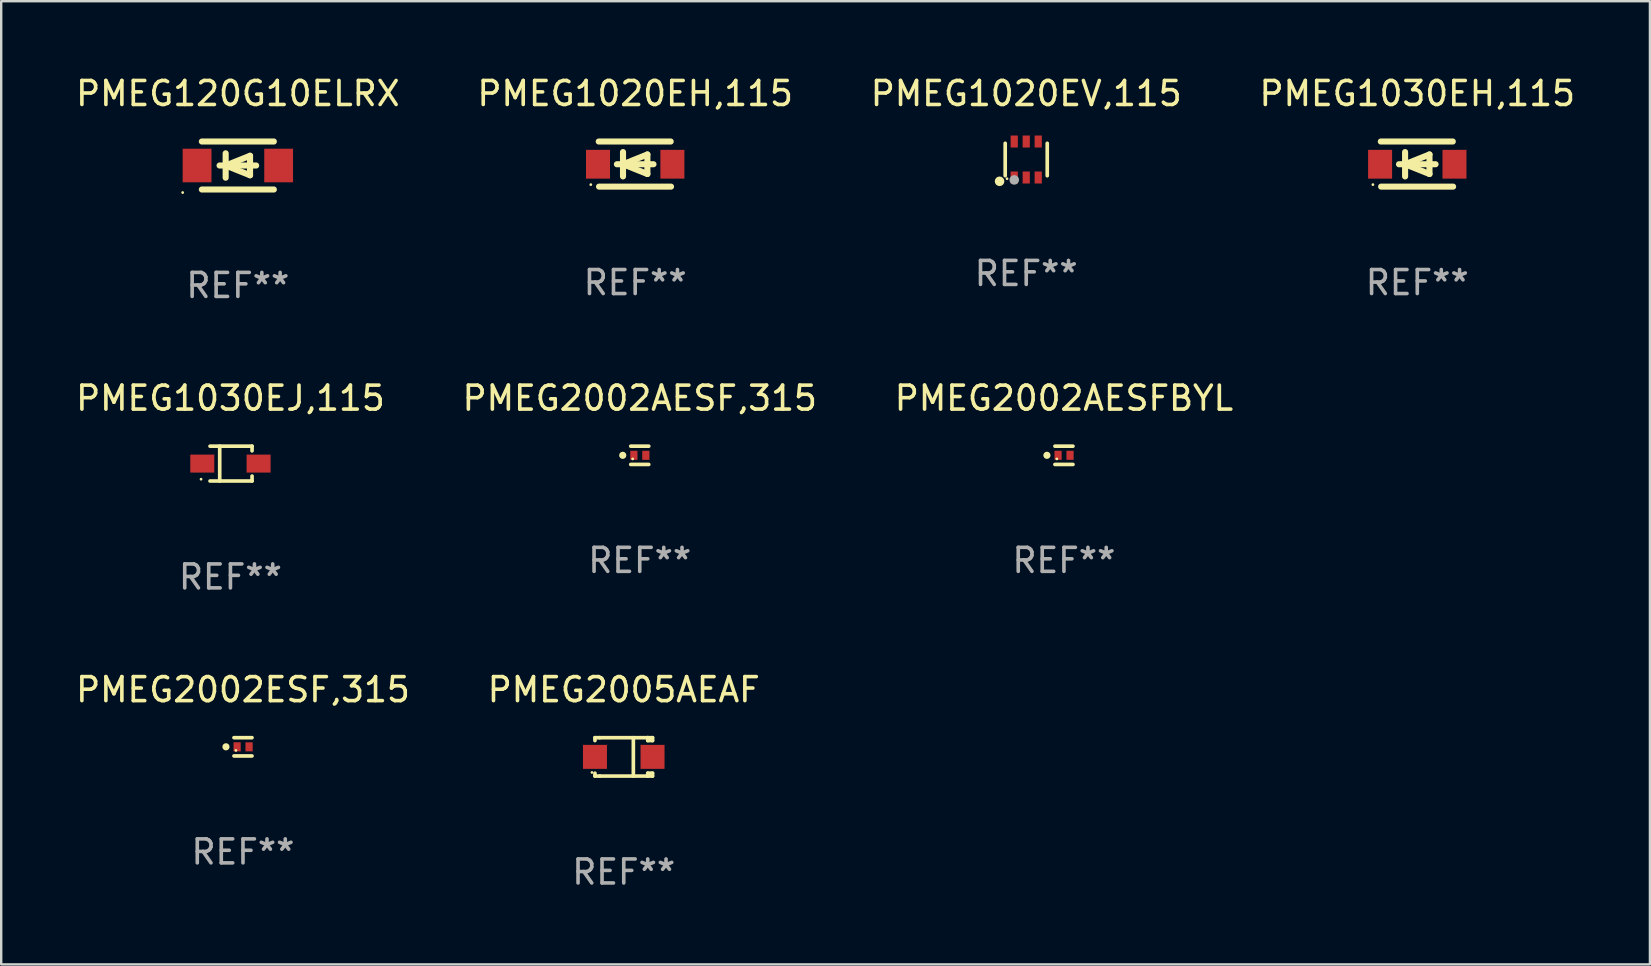
<source format=kicad_pcb>
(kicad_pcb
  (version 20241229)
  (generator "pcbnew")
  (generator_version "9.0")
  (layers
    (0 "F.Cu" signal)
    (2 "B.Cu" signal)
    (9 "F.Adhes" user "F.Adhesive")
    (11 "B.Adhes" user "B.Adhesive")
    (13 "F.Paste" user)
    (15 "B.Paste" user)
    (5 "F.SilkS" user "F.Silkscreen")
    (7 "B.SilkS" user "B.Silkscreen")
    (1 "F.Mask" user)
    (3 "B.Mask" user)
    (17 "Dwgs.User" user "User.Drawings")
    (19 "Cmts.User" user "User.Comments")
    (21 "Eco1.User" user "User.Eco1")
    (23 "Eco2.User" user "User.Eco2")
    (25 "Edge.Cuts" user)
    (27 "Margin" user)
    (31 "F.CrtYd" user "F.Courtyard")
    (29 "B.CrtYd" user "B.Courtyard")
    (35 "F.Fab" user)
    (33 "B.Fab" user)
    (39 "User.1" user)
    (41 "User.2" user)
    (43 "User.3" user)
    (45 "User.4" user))
  (footprint "PMEG2002AESF,315"
    (layer "F.Cu")
    (at 23.613 15.926)
    (property "Reference" "PMEG2002AESF,315" (at 0 -2.381 0) (layer "F.SilkS") (effects (font (size 1 1) (thickness 0.15))))
    (attr through_hole)
    (fp_line (start -0.376 -0.381) (end 0.376 -0.381) (stroke (width 0.152) (type solid)) (layer "F.SilkS"))
    (fp_line (start -0.376 0.381) (end 0.376 0.381) (stroke (width 0.152) (type solid)) (layer "F.SilkS"))
    (fp_circle (center -0.709 0) (end -0.634 0) (stroke (width 0.15) (type solid)) (fill no) (layer "F.SilkS"))
    (fp_circle (center -0.295 0.15) (end -0.265 0.15) (stroke (width 0.06) (type solid)) (fill no) (layer "F.SilkS"))
    (fp_text user "REF**" (at 0 4.381 0) (layer "F.Fab") (effects (font (size 1 1) (thickness 0.15))))
    (pad "1" smd rect (at -0.245 0) (size 0.3 0.378) (layers "F.Cu" "F.Mask" "F.Paste"))
    (pad "2" smd rect (at 0.254 0) (size 0.3 0.378) (layers "F.Cu" "F.Mask" "F.Paste")))
  (footprint "PMEG1030EJ,115"
    (layer "F.Cu")
    (at 6.554 16.271)
    (property "Reference" "PMEG1030EJ,115" (at 0 -2.726 0) (layer "F.SilkS") (effects (font (size 1 1) (thickness 0.15))))
    (attr through_hole)
    (fp_line (start -0.851 -0.726) (end 0.901 -0.726) (stroke (width 0.152) (type solid)) (layer "F.SilkS"))
    (fp_line (start -0.851 0.726) (end 0.901 0.726) (stroke (width 0.152) (type solid)) (layer "F.SilkS"))
    (fp_line (start -0.447 -0.726) (end -0.447 0.726) (stroke (width 0.152) (type solid)) (layer "F.SilkS"))
    (fp_line (start 0.901 -0.726) (end 0.901 -0.53) (stroke (width 0.152) (type solid)) (layer "F.SilkS"))
    (fp_line (start 0.901 0.726) (end 0.901 0.52) (stroke (width 0.152) (type solid)) (layer "F.SilkS"))
    (fp_circle (center -1.225 0.65) (end -1.195 0.65) (stroke (width 0.06) (type solid)) (fill no) (layer "F.SilkS"))
    (fp_text user "REF**" (at 0 4.726 0) (layer "F.Fab") (effects (font (size 1 1) (thickness 0.15))))
    (pad "1" smd rect (at -1.173 0) (size 1 0.75) (layers "F.Cu" "F.Mask" "F.Paste"))
    (pad "2" smd rect (at 1.173 0) (size 1 0.75) (layers "F.Cu" "F.Mask" "F.Paste")))
  (footprint "PMEG2002ESF,315"
    (layer "F.Cu")
    (at 7.077 28.075)
    (property "Reference" "PMEG2002ESF,315" (at 0 -2.381 0) (layer "F.SilkS") (effects (font (size 1 1) (thickness 0.15))))
    (attr through_hole)
    (fp_line (start -0.376 -0.381) (end 0.376 -0.381) (stroke (width 0.152) (type solid)) (layer "F.SilkS"))
    (fp_line (start -0.376 0.381) (end 0.376 0.381) (stroke (width 0.152) (type solid)) (layer "F.SilkS"))
    (fp_circle (center -0.709 0) (end -0.634 0) (stroke (width 0.15) (type solid)) (fill no) (layer "F.SilkS"))
    (fp_circle (center -0.295 0.15) (end -0.265 0.15) (stroke (width 0.06) (type solid)) (fill no) (layer "F.SilkS"))
    (fp_text user "REF**" (at 0 4.381 0) (layer "F.Fab") (effects (font (size 1 1) (thickness 0.15))))
    (pad "1" smd rect (at -0.245 0) (size 0.3 0.378) (layers "F.Cu" "F.Mask" "F.Paste"))
    (pad "2" smd rect (at 0.254 0) (size 0.3 0.378) (layers "F.Cu" "F.Mask" "F.Paste")))
  (footprint "PMEG120G10ELRX"
    (layer "F.Cu")
    (at 6.863 3.848)
    (property "Reference" "PMEG120G10ELRX" (at 0 -3 0) (layer "F.SilkS") (effects (font (size 1 1) (thickness 0.15))))
    (attr through_hole)
    (fp_line (start -1.5 -1) (end 1.5 -1) (stroke (width 0.254) (type solid)) (layer "F.SilkS"))
    (fp_line (start -1.5 1) (end 1.5 1) (stroke (width 0.254) (type solid)) (layer "F.SilkS"))
    (fp_line (start -0.762 0) (end 0.762 0) (stroke (width 0.254) (type solid)) (layer "F.SilkS"))
    (fp_line (start -0.508 -0.508) (end -0.508 0.508) (stroke (width 0.254) (type solid)) (layer "F.SilkS"))
    (fp_line (start -0.508 0) (end 0.508 -0.406) (stroke (width 0.254) (type solid)) (layer "F.SilkS"))
    (fp_line (start 0.508 -0.406) (end 0.508 0.406) (stroke (width 0.254) (type solid)) (layer "F.SilkS"))
    (fp_line (start 0.508 0.406) (end -0.508 0) (stroke (width 0.254) (type solid)) (layer "F.SilkS"))
    (fp_circle (center -2.3 1.127) (end -2.27 1.127) (stroke (width 0.06) (type solid)) (fill no) (layer "F.SilkS"))
    (fp_text user "REF**" (at 0 5 0) (layer "F.Fab") (effects (font (size 1 1) (thickness 0.15))))
    (pad "1" smd rect (at -1.7 0) (size 1.2 1.4) (layers "F.Cu" "F.Mask" "F.Paste"))
    (pad "2" smd rect (at 1.7 0) (size 1.2 1.4) (layers "F.Cu" "F.Mask" "F.Paste")))
  (footprint "PMEG1030EH,115"
    (layer "F.Cu")
    (at 56.018 3.788)
    (property "Reference" "PMEG1030EH,115" (at 0 -2.94 0) (layer "F.SilkS") (effects (font (size 1 1) (thickness 0.15))))
    (attr through_hole)
    (fp_line (start -1.52 -0.94) (end 1.48 -0.94) (stroke (width 0.254) (type solid)) (layer "F.SilkS"))
    (fp_line (start -1.507 0.94) (end 1.493 0.94) (stroke (width 0.254) (type solid)) (layer "F.SilkS"))
    (fp_line (start -0.762 0.007) (end 0.762 0.007) (stroke (width 0.254) (type solid)) (layer "F.SilkS"))
    (fp_line (start -0.508 -0.501) (end -0.508 0.515) (stroke (width 0.254) (type solid)) (layer "F.SilkS"))
    (fp_line (start -0.508 0.007) (end 0.508 -0.4) (stroke (width 0.254) (type solid)) (layer "F.SilkS"))
    (fp_line (start 0.508 -0.4) (end 0.508 0.413) (stroke (width 0.254) (type solid)) (layer "F.SilkS"))
    (fp_line (start 0.508 0.413) (end -0.508 0.007) (stroke (width 0.254) (type solid)) (layer "F.SilkS"))
    (fp_circle (center -1.85 0.857) (end -1.82 0.857) (stroke (width 0.06) (type solid)) (fill no) (layer "F.SilkS"))
    (fp_text user "REF**" (at 0 4.94 0) (layer "F.Fab") (effects (font (size 1 1) (thickness 0.15))))
    (pad "1" smd rect (at -1.55 0.007) (size 1 1.2) (layers "F.Cu" "F.Mask" "F.Paste"))
    (pad "2" smd rect (at 1.55 0.007) (size 1 1.2) (layers "F.Cu" "F.Mask" "F.Paste")))
  (footprint "PMEG2002AESFBYL"
    (layer "F.Cu")
    (at 41.292 15.926)
    (property "Reference" "PMEG2002AESFBYL" (at 0 -2.381 0) (layer "F.SilkS") (effects (font (size 1 1) (thickness 0.15))))
    (attr through_hole)
    (fp_line (start -0.376 -0.381) (end 0.376 -0.381) (stroke (width 0.152) (type solid)) (layer "F.SilkS"))
    (fp_line (start -0.376 0.381) (end 0.376 0.381) (stroke (width 0.152) (type solid)) (layer "F.SilkS"))
    (fp_circle (center -0.709 0) (end -0.634 0) (stroke (width 0.15) (type solid)) (fill no) (layer "F.SilkS"))
    (fp_circle (center -0.295 0.15) (end -0.265 0.15) (stroke (width 0.06) (type solid)) (fill no) (layer "F.SilkS"))
    (fp_text user "REF**" (at 0 4.381 0) (layer "F.Fab") (effects (font (size 1 1) (thickness 0.15))))
    (pad "1" smd rect (at -0.245 0) (size 0.3 0.378) (layers "F.Cu" "F.Mask" "F.Paste"))
    (pad "2" smd rect (at 0.254 0) (size 0.3 0.378) (layers "F.Cu" "F.Mask" "F.Paste")))
  (footprint "PMEG2005AEAF"
    (layer "F.Cu")
    (at 22.946 28.494)
    (property "Reference" "PMEG2005AEAF" (at 0 -2.8 0) (layer "F.SilkS") (effects (font (size 1 1) (thickness 0.15))))
    (attr through_hole)
    (fp_line (start -1.2 -0.8) (end -1.2 -0.68) (stroke (width 0.152) (type solid)) (layer "F.SilkS"))
    (fp_line (start -1.2 0.68) (end -1.2 0.8) (stroke (width 0.152) (type solid)) (layer "F.SilkS"))
    (fp_line (start -1.2 0.8) (end -1 0.8) (stroke (width 0.152) (type solid)) (layer "F.SilkS"))
    (fp_line (start -1 -0.8) (end -1.2 -0.8) (stroke (width 0.152) (type solid)) (layer "F.SilkS"))
    (fp_line (start -1 -0.8) (end 1 -0.8) (stroke (width 0.152) (type solid)) (layer "F.SilkS"))
    (fp_line (start -1 0.8) (end 1 0.8) (stroke (width 0.152) (type solid)) (layer "F.SilkS"))
    (fp_line (start 0.4 -0.8) (end 0.4 0.8) (stroke (width 0.152) (type solid)) (layer "F.SilkS"))
    (fp_line (start 1 -0.8) (end 1 -0.68) (stroke (width 0.152) (type solid)) (layer "F.SilkS"))
    (fp_line (start 1 -0.8) (end 1.2 -0.8) (stroke (width 0.152) (type solid)) (layer "F.SilkS"))
    (fp_line (start 1 0.68) (end 1 0.8) (stroke (width 0.152) (type solid)) (layer "F.SilkS"))
    (fp_line (start 1 0.68) (end 1.2 0.68) (stroke (width 0.152) (type solid)) (layer "F.SilkS"))
    (fp_line (start 1.2 -0.8) (end 1.2 -0.68) (stroke (width 0.152) (type solid)) (layer "F.SilkS"))
    (fp_line (start 1.2 -0.68) (end 1 -0.68) (stroke (width 0.152) (type solid)) (layer "F.SilkS"))
    (fp_line (start 1.2 0.68) (end 1.2 0.8) (stroke (width 0.152) (type solid)) (layer "F.SilkS"))
    (fp_line (start 1.2 0.8) (end 1 0.8) (stroke (width 0.152) (type solid)) (layer "F.SilkS"))
    (fp_circle (center -1.325 0.65) (end -1.295 0.65) (stroke (width 0.06) (type solid)) (fill no) (layer "F.SilkS"))
    (fp_text user "REF**" (at 0 4.8 0) (layer "F.Fab") (effects (font (size 1 1) (thickness 0.15))))
    (pad "1" smd rect (at -1.2 0 180) (size 1 1) (layers "F.Cu" "F.Mask" "F.Paste"))
    (pad "2" smd rect (at 1.2 0 180) (size 1 1) (layers "F.Cu" "F.Mask" "F.Paste")))
  (footprint "PMEG1020EH,115"
    (layer "F.Cu")
    (at 23.423 3.788)
    (property "Reference" "PMEG1020EH,115" (at 0 -2.94 0) (layer "F.SilkS") (effects (font (size 1 1) (thickness 0.15))))
    (attr through_hole)
    (fp_line (start -1.52 -0.94) (end 1.48 -0.94) (stroke (width 0.254) (type solid)) (layer "F.SilkS"))
    (fp_line (start -1.507 0.94) (end 1.493 0.94) (stroke (width 0.254) (type solid)) (layer "F.SilkS"))
    (fp_line (start -0.762 0.007) (end 0.762 0.007) (stroke (width 0.254) (type solid)) (layer "F.SilkS"))
    (fp_line (start -0.508 -0.501) (end -0.508 0.515) (stroke (width 0.254) (type solid)) (layer "F.SilkS"))
    (fp_line (start -0.508 0.007) (end 0.508 -0.4) (stroke (width 0.254) (type solid)) (layer "F.SilkS"))
    (fp_line (start 0.508 -0.4) (end 0.508 0.413) (stroke (width 0.254) (type solid)) (layer "F.SilkS"))
    (fp_line (start 0.508 0.413) (end -0.508 0.007) (stroke (width 0.254) (type solid)) (layer "F.SilkS"))
    (fp_circle (center -1.85 0.857) (end -1.82 0.857) (stroke (width 0.06) (type solid)) (fill no) (layer "F.SilkS"))
    (fp_text user "REF**" (at 0 4.94 0) (layer "F.Fab") (effects (font (size 1 1) (thickness 0.15))))
    (pad "1" smd rect (at -1.55 0.007) (size 1 1.2) (layers "F.Cu" "F.Mask" "F.Paste"))
    (pad "2" smd rect (at 1.55 0.007) (size 1 1.2) (layers "F.Cu" "F.Mask" "F.Paste")))
  (footprint "PMEG1020EV,115"
    (layer "F.Cu")
    (at 39.72 3.598)
    (property "Reference" "PMEG1020EV,115" (at 0 -2.75 0) (layer "F.SilkS") (effects (font (size 1 1) (thickness 0.15))))
    (attr through_hole)
    (fp_line (start -0.876 0.676) (end -0.876 -0.676) (stroke (width 0.152) (type solid)) (layer "F.SilkS"))
    (fp_line (start 0.876 0.676) (end 0.876 -0.676) (stroke (width 0.152) (type solid)) (layer "F.SilkS"))
    (fp_circle (center -1.111 0.908) (end -1.011 0.908) (stroke (width 0.2) (type solid)) (fill no) (layer "F.SilkS"))
    (fp_circle (center -0.8 0.8) (end -0.77 0.8) (stroke (width 0.06) (type solid)) (fill no) (layer "F.SilkS"))
    (fp_circle (center -0.499 0.85) (end -0.399 0.85) (stroke (width 0.2) (type solid)) (fill no) (layer "F.Fab"))
    (fp_text user "REF**" (at 0 4.75 0) (layer "F.Fab") (effects (font (size 1 1) (thickness 0.15))))
    (pad "1" smd rect (at -0.5 0.75) (size 0.3 0.5) (layers "F.Cu" "F.Mask" "F.Paste"))
    (pad "2" smd rect (at 0 0.75) (size 0.3 0.5) (layers "F.Cu" "F.Mask" "F.Paste"))
    (pad "3" smd rect (at 0.5 0.75) (size 0.3 0.5) (layers "F.Cu" "F.Mask" "F.Paste"))
    (pad "4" smd rect (at 0.5 -0.75) (size 0.3 0.5) (layers "F.Cu" "F.Mask" "F.Paste"))
    (pad "5" smd rect (at 0 -0.75) (size 0.3 0.5) (layers "F.Cu" "F.Mask" "F.Paste"))
    (pad "6" smd rect (at -0.5 -0.75) (size 0.3 0.5) (layers "F.Cu" "F.Mask" "F.Paste")))
  (gr_rect
    (start -3 -3)
    (end 65.714 37.142)
    (stroke (width 0.1) (type default))
    (fill no)
    (layer "Edge.Cuts")))
</source>
